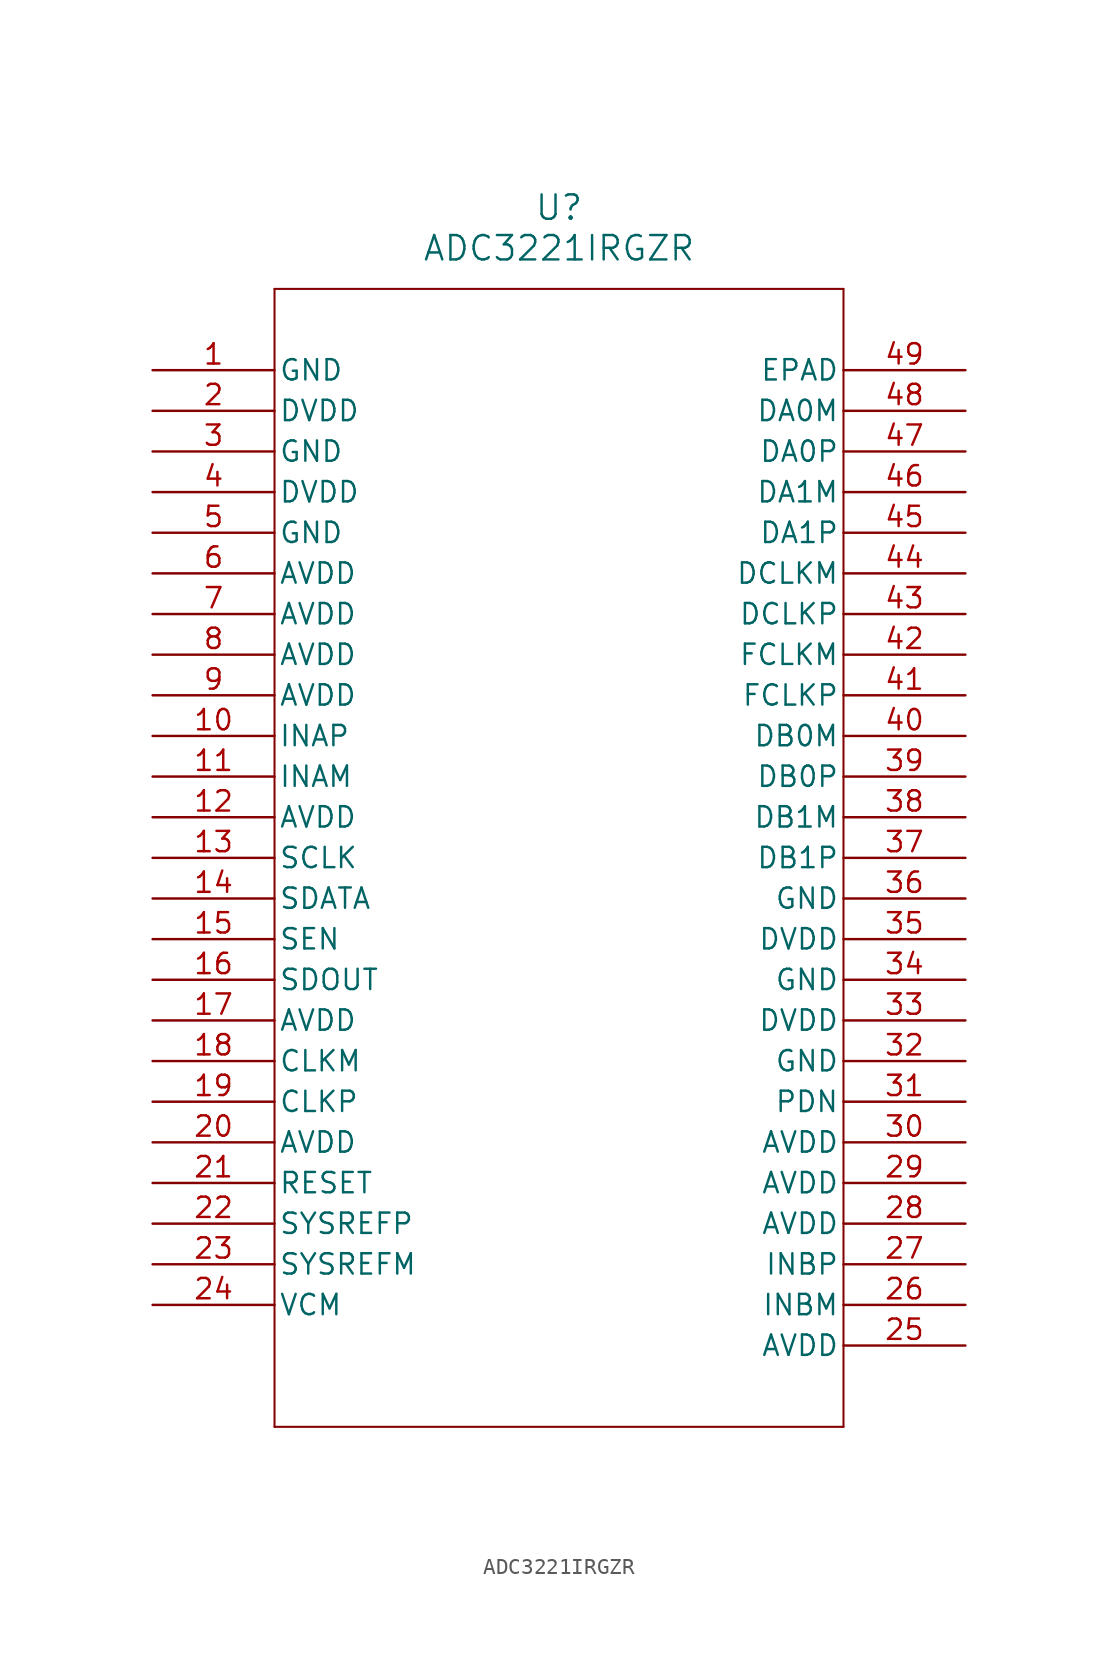
<source format=kicad_sym>
(kicad_symbol_lib
  (version 20211014)
  (generator kicad_symbol_editor)
  (symbol "ADC3221IRGZR"
    (pin_names
      (offset 0.254))
    (property "Reference" "U"
      (at 25.4 10.16 0)
      (effects (font (size 1.524 1.524))))
    (property "Value" "ADC3221IRGZR"
      (at 25.4 7.62 0)
      (effects (font (size 1.524 1.524))))
    (symbol "ADC3221IRGZR_0_1"
      (polyline (pts (xy 7.62 5.08) (xy 7.62 -66.04)) (stroke (width 0.127) (type default) (color 0 0 0 0)) (fill (type none)))
      (polyline (pts (xy 7.62 -66.04) (xy 43.18 -66.04)) (stroke (width 0.127) (type default) (color 0 0 0 0)) (fill (type none)))
      (polyline (pts (xy 43.18 -66.04) (xy 43.18 5.08)) (stroke (width 0.127) (type default) (color 0 0 0 0)) (fill (type none)))
      (polyline (pts (xy 43.18 5.08) (xy 7.62 5.08)) (stroke (width 0.127) (type default) (color 0 0 0 0)) (fill (type none)))
      (pin power_in line (at 0 0 0) (length 7.62) (name "GND" (effects (font (size 1.27 1.27)))) (number "1" (effects (font (size 1.27 1.27)))))
      (pin power_in line (at 0 -2.54 0) (length 7.62) (name "DVDD" (effects (font (size 1.27 1.27)))) (number "2" (effects (font (size 1.27 1.27)))))
      (pin power_in line (at 0 -5.08 0) (length 7.62) (name "GND" (effects (font (size 1.27 1.27)))) (number "3" (effects (font (size 1.27 1.27)))))
      (pin power_in line (at 0 -7.62 0) (length 7.62) (name "DVDD" (effects (font (size 1.27 1.27)))) (number "4" (effects (font (size 1.27 1.27)))))
      (pin power_in line (at 0 -10.16 0) (length 7.62) (name "GND" (effects (font (size 1.27 1.27)))) (number "5" (effects (font (size 1.27 1.27)))))
      (pin power_in line (at 0 -12.7 0) (length 7.62) (name "AVDD" (effects (font (size 1.27 1.27)))) (number "6" (effects (font (size 1.27 1.27)))))
      (pin power_in line (at 0 -15.24 0) (length 7.62) (name "AVDD" (effects (font (size 1.27 1.27)))) (number "7" (effects (font (size 1.27 1.27)))))
      (pin power_in line (at 0 -17.78 0) (length 7.62) (name "AVDD" (effects (font (size 1.27 1.27)))) (number "8" (effects (font (size 1.27 1.27)))))
      (pin power_in line (at 0 -20.32 0) (length 7.62) (name "AVDD" (effects (font (size 1.27 1.27)))) (number "9" (effects (font (size 1.27 1.27)))))
      (pin input line (at 0 -22.86 0) (length 7.62) (name "INAP" (effects (font (size 1.27 1.27)))) (number "10" (effects (font (size 1.27 1.27)))))
      (pin input line (at 0 -25.4 0) (length 7.62) (name "INAM" (effects (font (size 1.27 1.27)))) (number "11" (effects (font (size 1.27 1.27)))))
      (pin power_in line (at 0 -27.94 0) (length 7.62) (name "AVDD" (effects (font (size 1.27 1.27)))) (number "12" (effects (font (size 1.27 1.27)))))
      (pin input line (at 0 -30.48 0) (length 7.62) (name "SCLK" (effects (font (size 1.27 1.27)))) (number "13" (effects (font (size 1.27 1.27)))))
      (pin input line (at 0 -33.02 0) (length 7.62) (name "SDATA" (effects (font (size 1.27 1.27)))) (number "14" (effects (font (size 1.27 1.27)))))
      (pin input line (at 0 -35.56 0) (length 7.62) (name "SEN" (effects (font (size 1.27 1.27)))) (number "15" (effects (font (size 1.27 1.27)))))
      (pin output line (at 0 -38.1 0) (length 7.62) (name "SDOUT" (effects (font (size 1.27 1.27)))) (number "16" (effects (font (size 1.27 1.27)))))
      (pin power_in line (at 0 -40.64 0) (length 7.62) (name "AVDD" (effects (font (size 1.27 1.27)))) (number "17" (effects (font (size 1.27 1.27)))))
      (pin input line (at 0 -43.18 0) (length 7.62) (name "CLKM" (effects (font (size 1.27 1.27)))) (number "18" (effects (font (size 1.27 1.27)))))
      (pin input line (at 0 -45.72 0) (length 7.62) (name "CLKP" (effects (font (size 1.27 1.27)))) (number "19" (effects (font (size 1.27 1.27)))))
      (pin power_in line (at 0 -48.26 0) (length 7.62) (name "AVDD" (effects (font (size 1.27 1.27)))) (number "20" (effects (font (size 1.27 1.27)))))
      (pin input line (at 0 -50.8 0) (length 7.62) (name "RESET" (effects (font (size 1.27 1.27)))) (number "21" (effects (font (size 1.27 1.27)))))
      (pin input line (at 0 -53.34 0) (length 7.62) (name "SYSREFP" (effects (font (size 1.27 1.27)))) (number "22" (effects (font (size 1.27 1.27)))))
      (pin input line (at 0 -55.88 0) (length 7.62) (name "SYSREFM" (effects (font (size 1.27 1.27)))) (number "23" (effects (font (size 1.27 1.27)))))
      (pin output line (at 0 -58.42 0) (length 7.62) (name "VCM" (effects (font (size 1.27 1.27)))) (number "24" (effects (font (size 1.27 1.27)))))
      (pin power_in line (at 50.8 -60.96 180) (length 7.62) (name "AVDD" (effects (font (size 1.27 1.27)))) (number "25" (effects (font (size 1.27 1.27)))))
      (pin input line (at 50.8 -58.42 180) (length 7.62) (name "INBM" (effects (font (size 1.27 1.27)))) (number "26" (effects (font (size 1.27 1.27)))))
      (pin input line (at 50.8 -55.88 180) (length 7.62) (name "INBP" (effects (font (size 1.27 1.27)))) (number "27" (effects (font (size 1.27 1.27)))))
      (pin power_in line (at 50.8 -53.34 180) (length 7.62) (name "AVDD" (effects (font (size 1.27 1.27)))) (number "28" (effects (font (size 1.27 1.27)))))
      (pin power_in line (at 50.8 -50.8 180) (length 7.62) (name "AVDD" (effects (font (size 1.27 1.27)))) (number "29" (effects (font (size 1.27 1.27)))))
      (pin power_in line (at 50.8 -48.26 180) (length 7.62) (name "AVDD" (effects (font (size 1.27 1.27)))) (number "30" (effects (font (size 1.27 1.27)))))
      (pin input line (at 50.8 -45.72 180) (length 7.62) (name "PDN" (effects (font (size 1.27 1.27)))) (number "31" (effects (font (size 1.27 1.27)))))
      (pin power_in line (at 50.8 -43.18 180) (length 7.62) (name "GND" (effects (font (size 1.27 1.27)))) (number "32" (effects (font (size 1.27 1.27)))))
      (pin power_in line (at 50.8 -40.64 180) (length 7.62) (name "DVDD" (effects (font (size 1.27 1.27)))) (number "33" (effects (font (size 1.27 1.27)))))
      (pin power_in line (at 50.8 -38.1 180) (length 7.62) (name "GND" (effects (font (size 1.27 1.27)))) (number "34" (effects (font (size 1.27 1.27)))))
      (pin power_in line (at 50.8 -35.56 180) (length 7.62) (name "DVDD" (effects (font (size 1.27 1.27)))) (number "35" (effects (font (size 1.27 1.27)))))
      (pin power_in line (at 50.8 -33.02 180) (length 7.62) (name "GND" (effects (font (size 1.27 1.27)))) (number "36" (effects (font (size 1.27 1.27)))))
      (pin output line (at 50.8 -30.48 180) (length 7.62) (name "DB1P" (effects (font (size 1.27 1.27)))) (number "37" (effects (font (size 1.27 1.27)))))
      (pin output line (at 50.8 -27.94 180) (length 7.62) (name "DB1M" (effects (font (size 1.27 1.27)))) (number "38" (effects (font (size 1.27 1.27)))))
      (pin output line (at 50.8 -25.4 180) (length 7.62) (name "DB0P" (effects (font (size 1.27 1.27)))) (number "39" (effects (font (size 1.27 1.27)))))
      (pin output line (at 50.8 -22.86 180) (length 7.62) (name "DB0M" (effects (font (size 1.27 1.27)))) (number "40" (effects (font (size 1.27 1.27)))))
      (pin output line (at 50.8 -20.32 180) (length 7.62) (name "FCLKP" (effects (font (size 1.27 1.27)))) (number "41" (effects (font (size 1.27 1.27)))))
      (pin output line (at 50.8 -17.78 180) (length 7.62) (name "FCLKM" (effects (font (size 1.27 1.27)))) (number "42" (effects (font (size 1.27 1.27)))))
      (pin output line (at 50.8 -15.24 180) (length 7.62) (name "DCLKP" (effects (font (size 1.27 1.27)))) (number "43" (effects (font (size 1.27 1.27)))))
      (pin output line (at 50.8 -12.7 180) (length 7.62) (name "DCLKM" (effects (font (size 1.27 1.27)))) (number "44" (effects (font (size 1.27 1.27)))))
      (pin output line (at 50.8 -10.16 180) (length 7.62) (name "DA1P" (effects (font (size 1.27 1.27)))) (number "45" (effects (font (size 1.27 1.27)))))
      (pin output line (at 50.8 -7.62 180) (length 7.62) (name "DA1M" (effects (font (size 1.27 1.27)))) (number "46" (effects (font (size 1.27 1.27)))))
      (pin output line (at 50.8 -5.08 180) (length 7.62) (name "DA0P" (effects (font (size 1.27 1.27)))) (number "47" (effects (font (size 1.27 1.27)))))
      (pin output line (at 50.8 -2.54 180) (length 7.62) (name "DA0M" (effects (font (size 1.27 1.27)))) (number "48" (effects (font (size 1.27 1.27)))))
      (pin unspecified line (at 50.8 0 180) (length 7.62) (name "EPAD" (effects (font (size 1.27 1.27)))) (number "49" (effects (font (size 1.27 1.27))))))))
</source>
